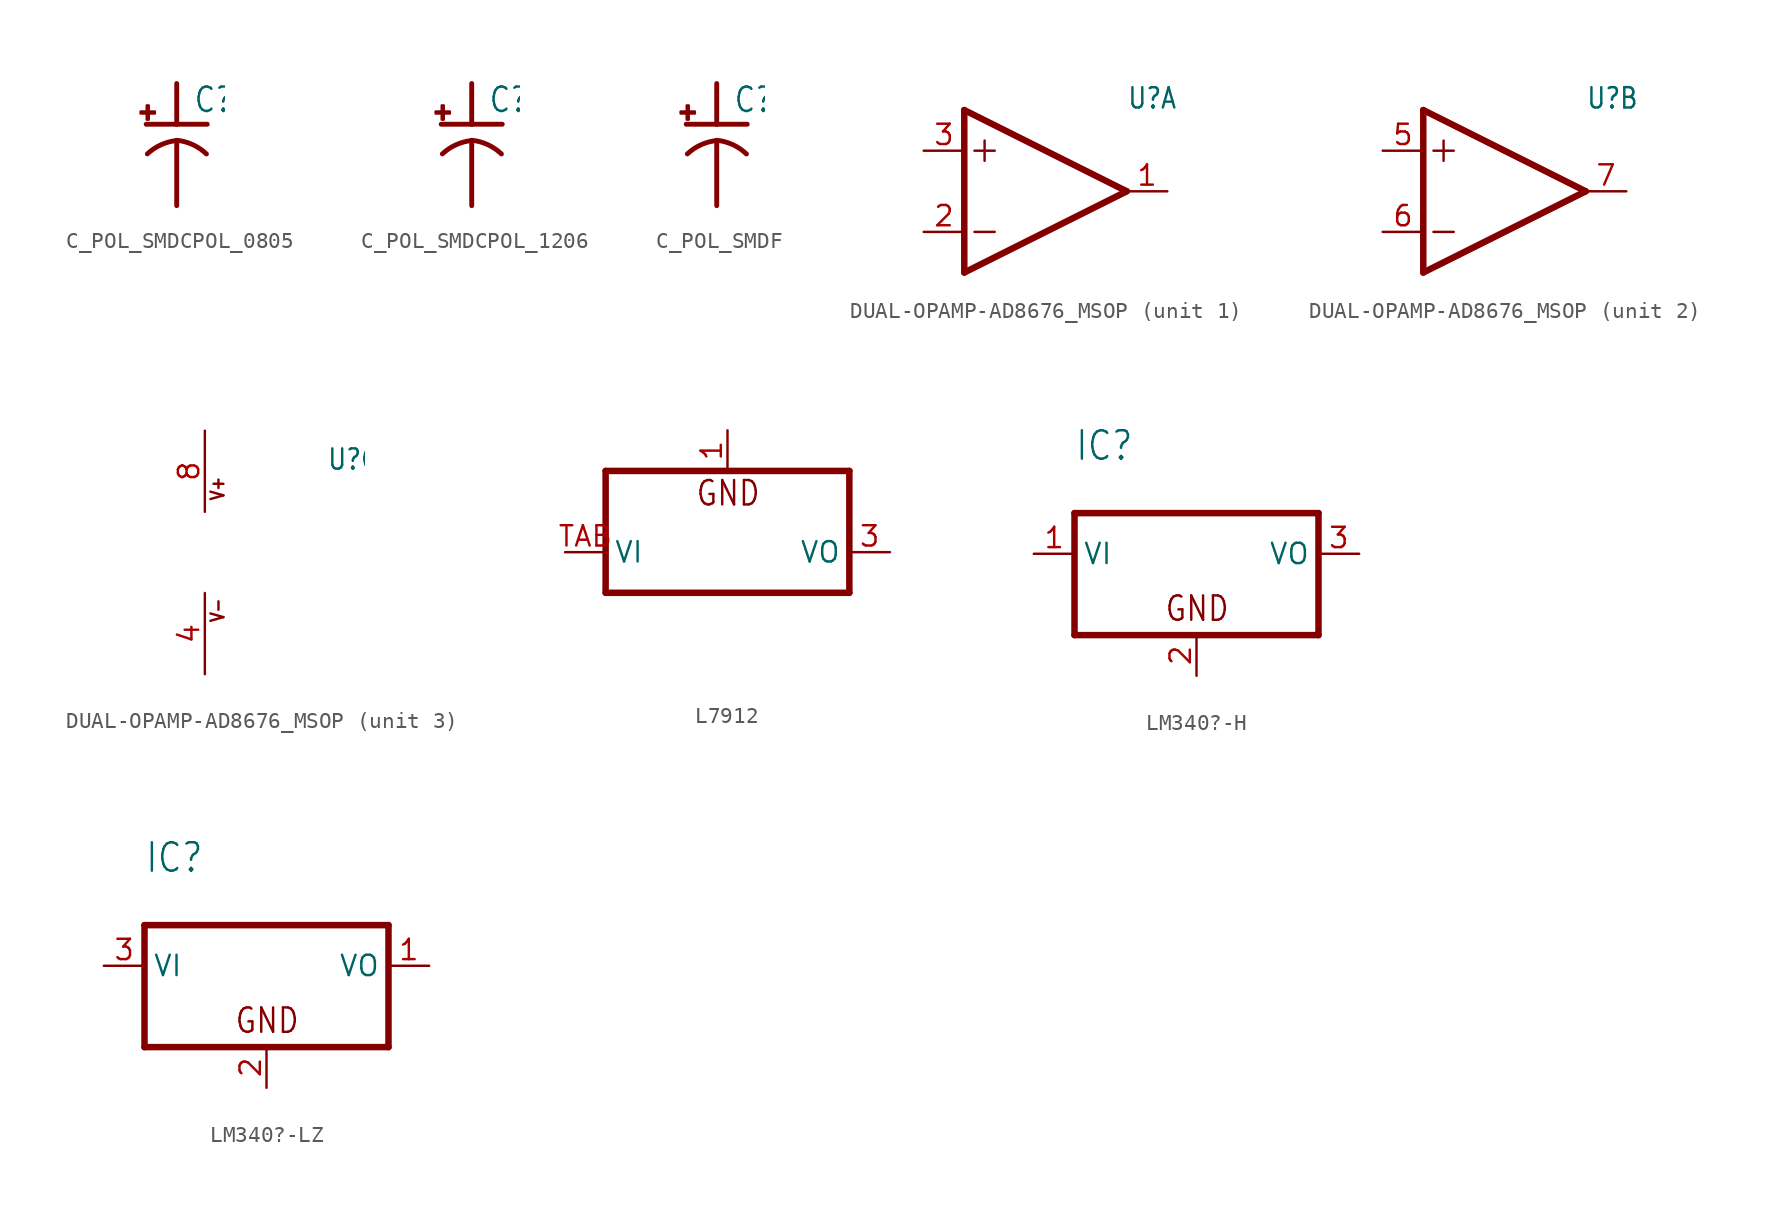
<source format=kicad_sym>
(kicad_symbol_lib
  (version 20231120)
  (generator "kicad_symbol_editor")
  (generator_version "8.0")
  (symbol "C_POL_SMDCPOL_0805"
    (property "Reference" "C"
      (at 1.016 0.635 0)
      (effects (font (size 1.524 1.295)) (justify left bottom)))
    (property "Value" ""
      (at 1.016 -4.191 0)
      (effects (font (size 1.524 1.295)) (justify left bottom)))
    (property "ki_locked" ""
      (at 0 0 0)
      (effects (font (size 1.27 1.27))))
    (symbol "C_POL_SMDCPOL_0805_1_0"
      (rectangle (start -2.253 0.668) (end -1.364 0.795) (stroke (width 0) (type default)) (fill (type outline)))
      (rectangle (start -1.872 0.287) (end -1.745 1.176) (stroke (width 0) (type default)) (fill (type outline)))
      (arc (start 0 -1.0162) (mid -0.9846 -1.2826) (end -1.8319 -1.8504) (stroke (width 0.3048) (type solid)) (fill (type none)))
      (polyline (pts (xy -1.905 0) (xy 0 0)) (stroke (width 0.305) (type solid)) (fill (type none)))
      (polyline (pts (xy 0 -1.016) (xy 0 -5.08)) (stroke (width 0.305) (type solid)) (fill (type none)))
      (polyline (pts (xy 0 -1.016) (xy 0 -1.016)) (stroke (width 0.152) (type solid)) (fill (type none)))
      (polyline (pts (xy 0 0) (xy 0 2.54)) (stroke (width 0.305) (type solid)) (fill (type none)))
      (polyline (pts (xy 0 0) (xy 1.905 0)) (stroke (width 0.305) (type solid)) (fill (type none)))
      (arc (start 1.8542 -1.8541) (mid 0.9983 -1.2724) (end 0 -1) (stroke (width 0.3048) (type solid)) (fill (type none)))
      (pin passive line (at 0 2.54 270) (length 0) (name "+" (effects (font (size 0 0)))) (number "P$1" (effects (font (size 0 0)))))
      (pin passive line (at 0 -5.08 90) (length 0) (name "-" (effects (font (size 0 0)))) (number "P$2" (effects (font (size 0 0)))))))
  (symbol "C_POL_SMDCPOL_1206"
    (property "Reference" "C"
      (at 1.016 0.635 0)
      (effects (font (size 1.524 1.295)) (justify left bottom)))
    (property "Value" ""
      (at 1.016 -4.191 0)
      (effects (font (size 1.524 1.295)) (justify left bottom)))
    (property "ki_locked" ""
      (at 0 0 0)
      (effects (font (size 1.27 1.27))))
    (symbol "C_POL_SMDCPOL_1206_1_0"
      (rectangle (start -2.253 0.668) (end -1.364 0.795) (stroke (width 0) (type default)) (fill (type outline)))
      (rectangle (start -1.872 0.287) (end -1.745 1.176) (stroke (width 0) (type default)) (fill (type outline)))
      (arc (start 0 -1.0162) (mid -0.9846 -1.2826) (end -1.8319 -1.8504) (stroke (width 0.3048) (type solid)) (fill (type none)))
      (polyline (pts (xy -1.905 0) (xy 0 0)) (stroke (width 0.305) (type solid)) (fill (type none)))
      (polyline (pts (xy 0 -1.016) (xy 0 -5.08)) (stroke (width 0.305) (type solid)) (fill (type none)))
      (polyline (pts (xy 0 -1.016) (xy 0 -1.016)) (stroke (width 0.152) (type solid)) (fill (type none)))
      (polyline (pts (xy 0 0) (xy 0 2.54)) (stroke (width 0.305) (type solid)) (fill (type none)))
      (polyline (pts (xy 0 0) (xy 1.905 0)) (stroke (width 0.305) (type solid)) (fill (type none)))
      (arc (start 1.8542 -1.8541) (mid 0.9983 -1.2724) (end 0 -1) (stroke (width 0.3048) (type solid)) (fill (type none)))
      (pin passive line (at 0 2.54 270) (length 0) (name "+" (effects (font (size 0 0)))) (number "P$1" (effects (font (size 0 0)))))
      (pin passive line (at 0 -5.08 90) (length 0) (name "-" (effects (font (size 0 0)))) (number "P$2" (effects (font (size 0 0)))))))
  (symbol "C_POL_SMDF"
    (property "Reference" "C"
      (at 1.016 0.635 0)
      (effects (font (size 1.524 1.295)) (justify left bottom)))
    (property "Value" ""
      (at 1.016 -4.191 0)
      (effects (font (size 1.524 1.295)) (justify left bottom)))
    (property "ki_locked" ""
      (at 0 0 0)
      (effects (font (size 1.27 1.27))))
    (symbol "C_POL_SMDF_1_0"
      (rectangle (start -2.253 0.668) (end -1.364 0.795) (stroke (width 0) (type default)) (fill (type outline)))
      (rectangle (start -1.872 0.287) (end -1.745 1.176) (stroke (width 0) (type default)) (fill (type outline)))
      (arc (start 0 -1.0162) (mid -0.9846 -1.2826) (end -1.8319 -1.8504) (stroke (width 0.3048) (type solid)) (fill (type none)))
      (polyline (pts (xy -1.905 0) (xy 0 0)) (stroke (width 0.305) (type solid)) (fill (type none)))
      (polyline (pts (xy 0 -1.016) (xy 0 -5.08)) (stroke (width 0.305) (type solid)) (fill (type none)))
      (polyline (pts (xy 0 -1.016) (xy 0 -1.016)) (stroke (width 0.152) (type solid)) (fill (type none)))
      (polyline (pts (xy 0 0) (xy 0 2.54)) (stroke (width 0.305) (type solid)) (fill (type none)))
      (polyline (pts (xy 0 0) (xy 1.905 0)) (stroke (width 0.305) (type solid)) (fill (type none)))
      (arc (start 1.8542 -1.8541) (mid 0.9983 -1.2724) (end 0 -1) (stroke (width 0.3048) (type solid)) (fill (type none)))
      (pin passive line (at 0 2.54 270) (length 0) (name "+" (effects (font (size 0 0)))) (number "+" (effects (font (size 0 0)))))
      (pin passive line (at 0 -5.08 90) (length 0) (name "-" (effects (font (size 0 0)))) (number "-" (effects (font (size 0 0)))))))
  (symbol "DUAL-OPAMP-AD8676_MSOP"
    (property "Reference" "U"
      (at 7.62 5.08 0)
      (effects (font (size 1.27 1.079)) (justify left bottom)))
    (property "ki_locked" ""
      (at 0 0 0)
      (effects (font (size 1.27 1.27))))
    (symbol "DUAL-OPAMP-AD8676_MSOP_1_0"
      (polyline (pts (xy -2.54 -5.08) (xy 7.62 0)) (stroke (width 0.406) (type solid)) (fill (type none)))
      (polyline (pts (xy -2.54 5.08) (xy -2.54 -5.08)) (stroke (width 0.406) (type solid)) (fill (type none)))
      (polyline (pts (xy -1.905 -2.54) (xy -0.635 -2.54)) (stroke (width 0.152) (type solid)) (fill (type none)))
      (polyline (pts (xy -1.905 2.54) (xy -0.635 2.54)) (stroke (width 0.152) (type solid)) (fill (type none)))
      (polyline (pts (xy -1.27 3.175) (xy -1.27 1.905)) (stroke (width 0.152) (type solid)) (fill (type none)))
      (polyline (pts (xy 7.62 0) (xy -2.54 5.08)) (stroke (width 0.406) (type solid)) (fill (type none)))
      (pin output line (at 10.16 0 180) (length 2.54) (name "OUT" (effects (font (size 0 0)))) (number "1" (effects (font (size 1.27 1.27)))))
      (pin input line (at -5.08 -2.54 0) (length 2.54) (name "-IN" (effects (font (size 0 0)))) (number "2" (effects (font (size 1.27 1.27)))))
      (pin input line (at -5.08 2.54 0) (length 2.54) (name "+IN" (effects (font (size 0 0)))) (number "3" (effects (font (size 1.27 1.27))))))
    (symbol "DUAL-OPAMP-AD8676_MSOP_2_0"
      (polyline (pts (xy -2.54 -5.08) (xy 7.62 0)) (stroke (width 0.406) (type solid)) (fill (type none)))
      (polyline (pts (xy -2.54 5.08) (xy -2.54 -5.08)) (stroke (width 0.406) (type solid)) (fill (type none)))
      (polyline (pts (xy -1.905 -2.54) (xy -0.635 -2.54)) (stroke (width 0.152) (type solid)) (fill (type none)))
      (polyline (pts (xy -1.905 2.54) (xy -0.635 2.54)) (stroke (width 0.152) (type solid)) (fill (type none)))
      (polyline (pts (xy -1.27 3.175) (xy -1.27 1.905)) (stroke (width 0.152) (type solid)) (fill (type none)))
      (polyline (pts (xy 7.62 0) (xy -2.54 5.08)) (stroke (width 0.406) (type solid)) (fill (type none)))
      (pin input line (at -5.08 2.54 0) (length 2.54) (name "+IN" (effects (font (size 0 0)))) (number "5" (effects (font (size 1.27 1.27)))))
      (pin input line (at -5.08 -2.54 0) (length 2.54) (name "-IN" (effects (font (size 0 0)))) (number "6" (effects (font (size 1.27 1.27)))))
      (pin output line (at 10.16 0 180) (length 2.54) (name "OUT" (effects (font (size 0 0)))) (number "7" (effects (font (size 1.27 1.27))))))
    (symbol "DUAL-OPAMP-AD8676_MSOP_3_0"
      (text "V+" (at 1.27 3.175 900) (effects (font (size 0.813 0.691)) (justify left bottom)))
      (text "V-" (at 1.27 -4.445 900) (effects (font (size 0.813 0.691)) (justify left bottom)))
      (pin power_in line (at 0 -7.62 90) (length 5.08) (name "V-" (effects (font (size 0 0)))) (number "4" (effects (font (size 1.27 1.27)))))
      (pin power_in line (at 0 7.62 270) (length 5.08) (name "V+" (effects (font (size 0 0)))) (number "8" (effects (font (size 1.27 1.27)))))))
  (symbol "L7912"
    (property "Reference" ""
      (at -7.62 -5.08 0)
      (effects (font (size 1.778 1.511)) (justify left bottom) (hide yes)))
    (property "Value" ""
      (at -7.62 -7.62 0)
      (effects (font (size 1.778 1.511)) (justify left bottom)))
    (property "ki_locked" ""
      (at 0 0 0)
      (effects (font (size 1.27 1.27))))
    (symbol "L7912_1_0"
      (polyline (pts (xy -7.62 -2.54) (xy 7.62 -2.54)) (stroke (width 0.406) (type solid)) (fill (type none)))
      (polyline (pts (xy -7.62 5.08) (xy -7.62 -2.54)) (stroke (width 0.406) (type solid)) (fill (type none)))
      (polyline (pts (xy 7.62 -2.54) (xy 7.62 5.08)) (stroke (width 0.406) (type solid)) (fill (type none)))
      (polyline (pts (xy 7.62 5.08) (xy -7.62 5.08)) (stroke (width 0.406) (type solid)) (fill (type none)))
      (text "GND" (at -2.032 2.794 0) (effects (font (size 1.524 1.295)) (justify left bottom)))
      (pin passive line (at 0 7.62 270) (length 2.54) (name "GND" (effects (font (size 0 0)))) (number "1" (effects (font (size 1.27 1.27)))))
      (pin passive line (at 10.16 0 180) (length 2.54) (name "VO" (effects (font (size 1.27 1.27)))) (number "3" (effects (font (size 1.27 1.27)))))
      (pin input line (at -10.16 0 0) (length 2.54) (name "VI" (effects (font (size 1.27 1.27)))) (number "TAB" (effects (font (size 1.27 1.27)))))))
  (symbol "LM340?-H"
    (property "Reference" "IC"
      (at -7.62 5.715 0)
      (effects (font (size 1.778 1.511)) (justify left bottom)))
    (property "Value" ""
      (at -7.62 3.175 0)
      (effects (font (size 1.778 1.511)) (justify left bottom)))
    (property "ki_locked" ""
      (at 0 0 0)
      (effects (font (size 1.27 1.27))))
    (symbol "LM340?-H_1_0"
      (polyline (pts (xy -7.62 -5.08) (xy 7.62 -5.08)) (stroke (width 0.406) (type solid)) (fill (type none)))
      (polyline (pts (xy -7.62 2.54) (xy -7.62 -5.08)) (stroke (width 0.406) (type solid)) (fill (type none)))
      (polyline (pts (xy 7.62 -5.08) (xy 7.62 2.54)) (stroke (width 0.406) (type solid)) (fill (type none)))
      (polyline (pts (xy 7.62 2.54) (xy -7.62 2.54)) (stroke (width 0.406) (type solid)) (fill (type none)))
      (text "GND" (at -2.032 -4.318 0) (effects (font (size 1.524 1.295)) (justify left bottom)))
      (pin input line (at -10.16 0 0) (length 2.54) (name "VI" (effects (font (size 1.27 1.27)))) (number "1" (effects (font (size 1.27 1.27)))))
      (pin passive line (at 0 -7.62 90) (length 2.54) (name "GND" (effects (font (size 0 0)))) (number "2" (effects (font (size 1.27 1.27)))))
      (pin passive line (at 10.16 0 180) (length 2.54) (name "VO" (effects (font (size 1.27 1.27)))) (number "3" (effects (font (size 1.27 1.27)))))))
  (symbol "LM340?-LZ"
    (property "Reference" "IC"
      (at -7.62 5.715 0)
      (effects (font (size 1.778 1.511)) (justify left bottom)))
    (property "Value" ""
      (at -7.62 3.175 0)
      (effects (font (size 1.778 1.511)) (justify left bottom)))
    (property "ki_locked" ""
      (at 0 0 0)
      (effects (font (size 1.27 1.27))))
    (symbol "LM340?-LZ_1_0"
      (polyline (pts (xy -7.62 -5.08) (xy 7.62 -5.08)) (stroke (width 0.406) (type solid)) (fill (type none)))
      (polyline (pts (xy -7.62 2.54) (xy -7.62 -5.08)) (stroke (width 0.406) (type solid)) (fill (type none)))
      (polyline (pts (xy 7.62 -5.08) (xy 7.62 2.54)) (stroke (width 0.406) (type solid)) (fill (type none)))
      (polyline (pts (xy 7.62 2.54) (xy -7.62 2.54)) (stroke (width 0.406) (type solid)) (fill (type none)))
      (text "GND" (at -2.032 -4.318 0) (effects (font (size 1.524 1.295)) (justify left bottom)))
      (pin passive line (at 10.16 0 180) (length 2.54) (name "VO" (effects (font (size 1.27 1.27)))) (number "1" (effects (font (size 1.27 1.27)))))
      (pin passive line (at 0 -7.62 90) (length 2.54) (name "GND" (effects (font (size 0 0)))) (number "2" (effects (font (size 1.27 1.27)))))
      (pin input line (at -10.16 0 0) (length 2.54) (name "VI" (effects (font (size 1.27 1.27)))) (number "3" (effects (font (size 1.27 1.27))))))))
</source>
